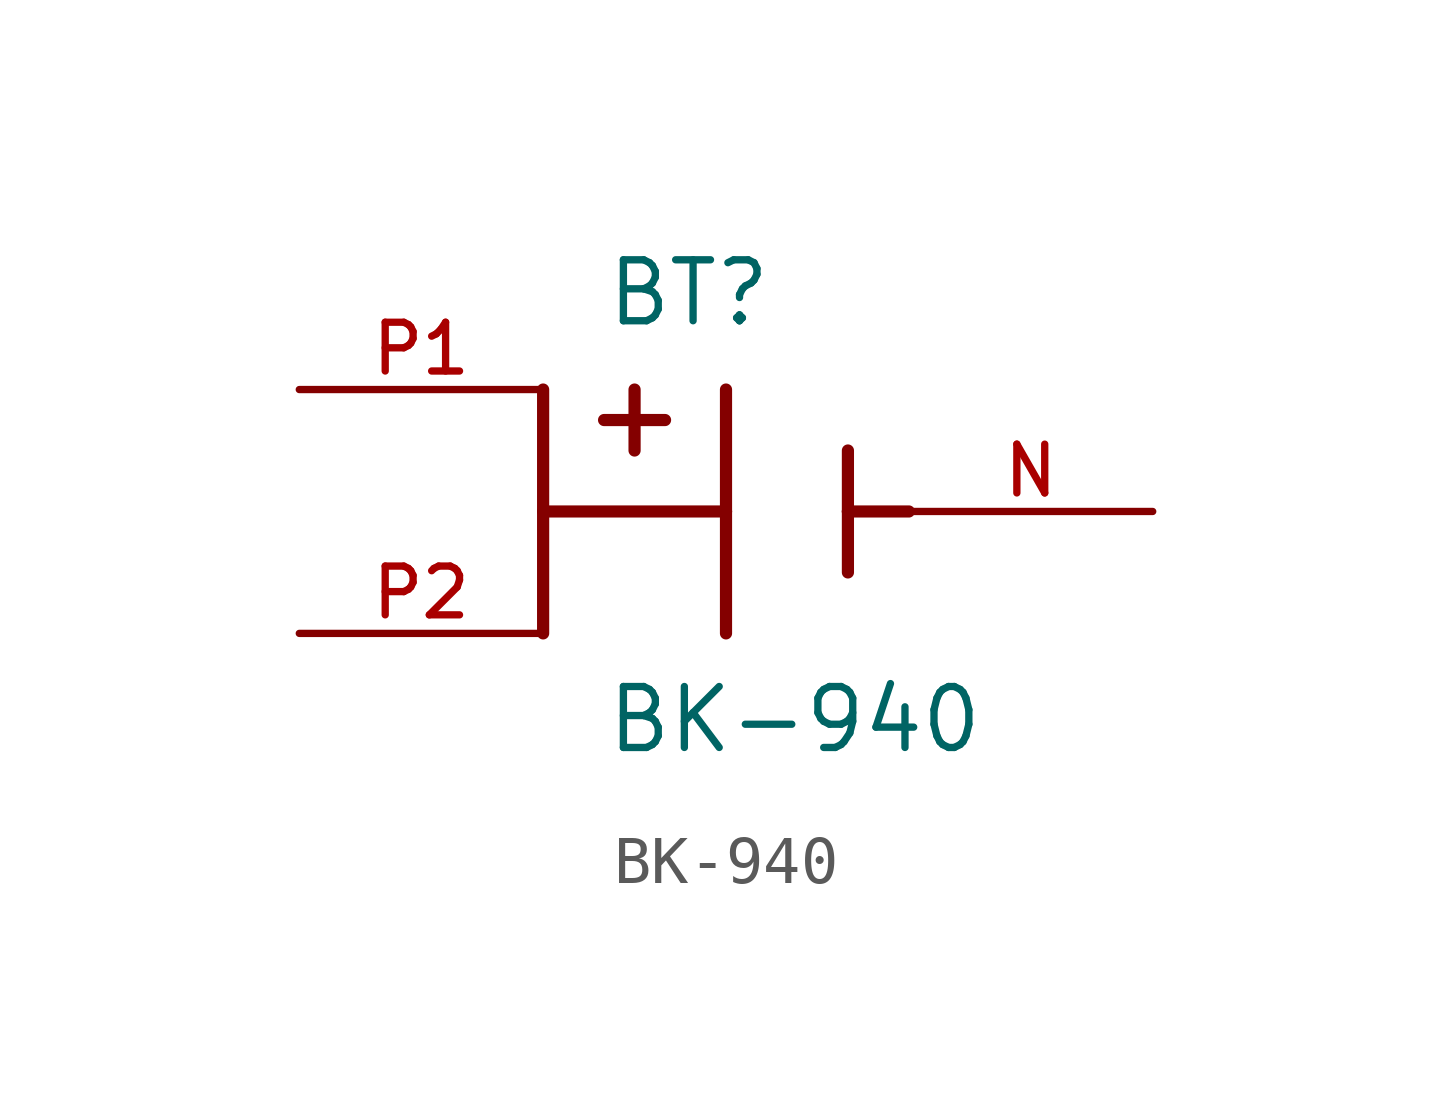
<source format=kicad_sym>
(kicad_symbol_lib
  (version 20211014)
  (generator kicad_symbol_editor)
  (symbol "BK-940"
    (pin_names
      (offset 1.016))
    (property "Reference" "BT"
      (at -3.81 3.81 0)
      (effects (font (size 1.27 1.27)) (justify bottom left)))
    (property "Value" "BK-940"
      (at -3.81 -5.08 0)
      (effects (font (size 1.27 1.27)) (justify bottom left)))
    (symbol "BK-940_0_0"
      (polyline (pts (xy -1.27 2.54) (xy -1.27 0.0)) (stroke (width 0.254)))
      (polyline (pts (xy -1.27 0.0) (xy -1.27 -2.54)) (stroke (width 0.254)))
      (polyline (pts (xy 1.27 1.27) (xy 1.27 0.0)) (stroke (width 0.254)))
      (polyline (pts (xy 1.27 0.0) (xy 1.27 -1.27)) (stroke (width 0.254)))
      (polyline (pts (xy -1.27 0.0) (xy -5.08 0.0)) (stroke (width 0.254)))
      (polyline (pts (xy 1.27 0.0) (xy 2.54 0.0)) (stroke (width 0.254)))
      (polyline (pts (xy -3.175 2.54) (xy -3.175 1.27)) (stroke (width 0.254)))
      (polyline (pts (xy -3.81 1.905) (xy -2.54 1.905)) (stroke (width 0.254)))
      (polyline (pts (xy -5.08 2.54) (xy -5.08 -2.54)) (stroke (width 0.254)))
      (pin passive line (at -10.16 2.54 0) (length 5.08) (name "~" (effects (font (size 1.016 1.016)))) (number "P1" (effects (font (size 1.016 1.016)))))
      (pin passive line (at 7.62 0.0 180.0) (length 5.08) (name "~" (effects (font (size 1.016 1.016)))) (number "N" (effects (font (size 1.016 1.016)))))
      (pin passive line (at -10.16 -2.54 0) (length 5.08) (name "~" (effects (font (size 1.016 1.016)))) (number "P2" (effects (font (size 1.016 1.016))))))))
</source>
